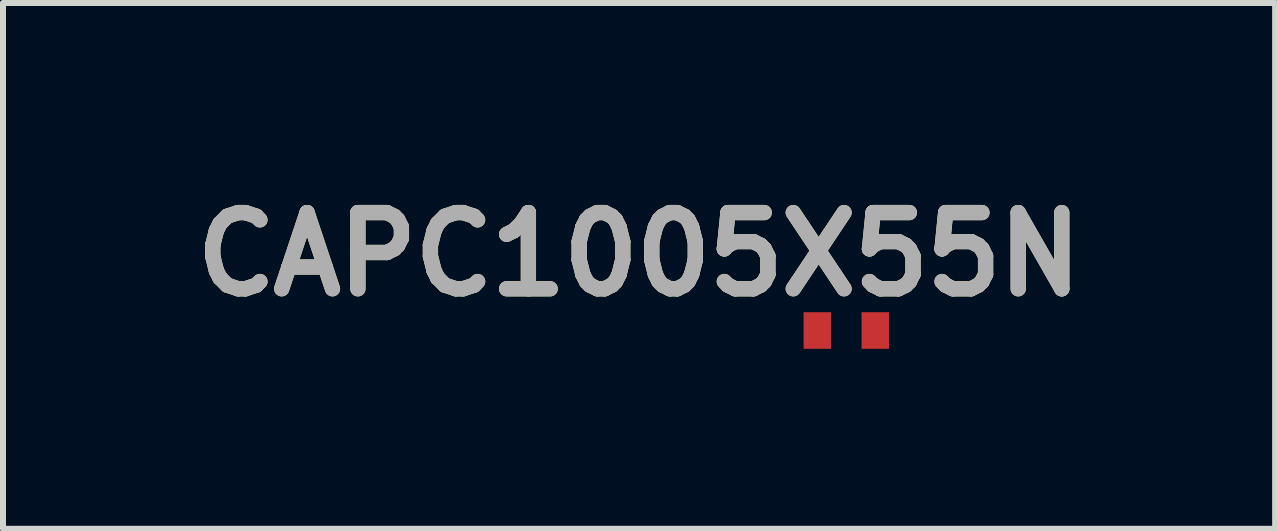
<source format=kicad_pcb>
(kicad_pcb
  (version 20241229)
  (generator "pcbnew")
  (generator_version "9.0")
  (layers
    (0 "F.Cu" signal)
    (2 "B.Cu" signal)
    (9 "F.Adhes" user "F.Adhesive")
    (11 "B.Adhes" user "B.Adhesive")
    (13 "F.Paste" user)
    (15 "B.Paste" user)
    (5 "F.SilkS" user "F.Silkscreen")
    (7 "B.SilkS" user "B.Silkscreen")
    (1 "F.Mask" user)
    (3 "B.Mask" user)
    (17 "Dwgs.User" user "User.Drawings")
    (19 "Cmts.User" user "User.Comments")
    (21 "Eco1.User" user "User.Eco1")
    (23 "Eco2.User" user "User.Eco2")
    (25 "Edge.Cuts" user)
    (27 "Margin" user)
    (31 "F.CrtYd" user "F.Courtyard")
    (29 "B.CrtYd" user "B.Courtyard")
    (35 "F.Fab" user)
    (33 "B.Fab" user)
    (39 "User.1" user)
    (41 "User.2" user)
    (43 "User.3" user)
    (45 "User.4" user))
  (footprint "CAPC1005X55N"
    (layer "F.Cu")
    (at 11.056 2.459)
    (property "Reference" "CAPC1005X55N" (at -3.454 -1.27 0) (layer "F.SilkS") (effects (font (size 1.27 1.27) (thickness 0.254))))
    (attr smd)
    (fp_text user "${REFERENCE}" (at -3.454 -1.27 0) (layer "F.Fab") (effects (font (size 1.27 1.27) (thickness 0.254))))
    (pad "1" smd rect (at -0.483 0) (size 0.457 0.61) (layers "F.Cu" "F.Mask" "F.Paste"))
    (pad "2" smd rect (at 0.483 0) (size 0.457 0.61) (layers "F.Cu" "F.Mask" "F.Paste")))
  (gr_rect
    (start -3 -3)
    (end 18.204 5.764)
    (stroke (width 0.1) (type default))
    (fill no)
    (layer "Edge.Cuts")))
</source>
